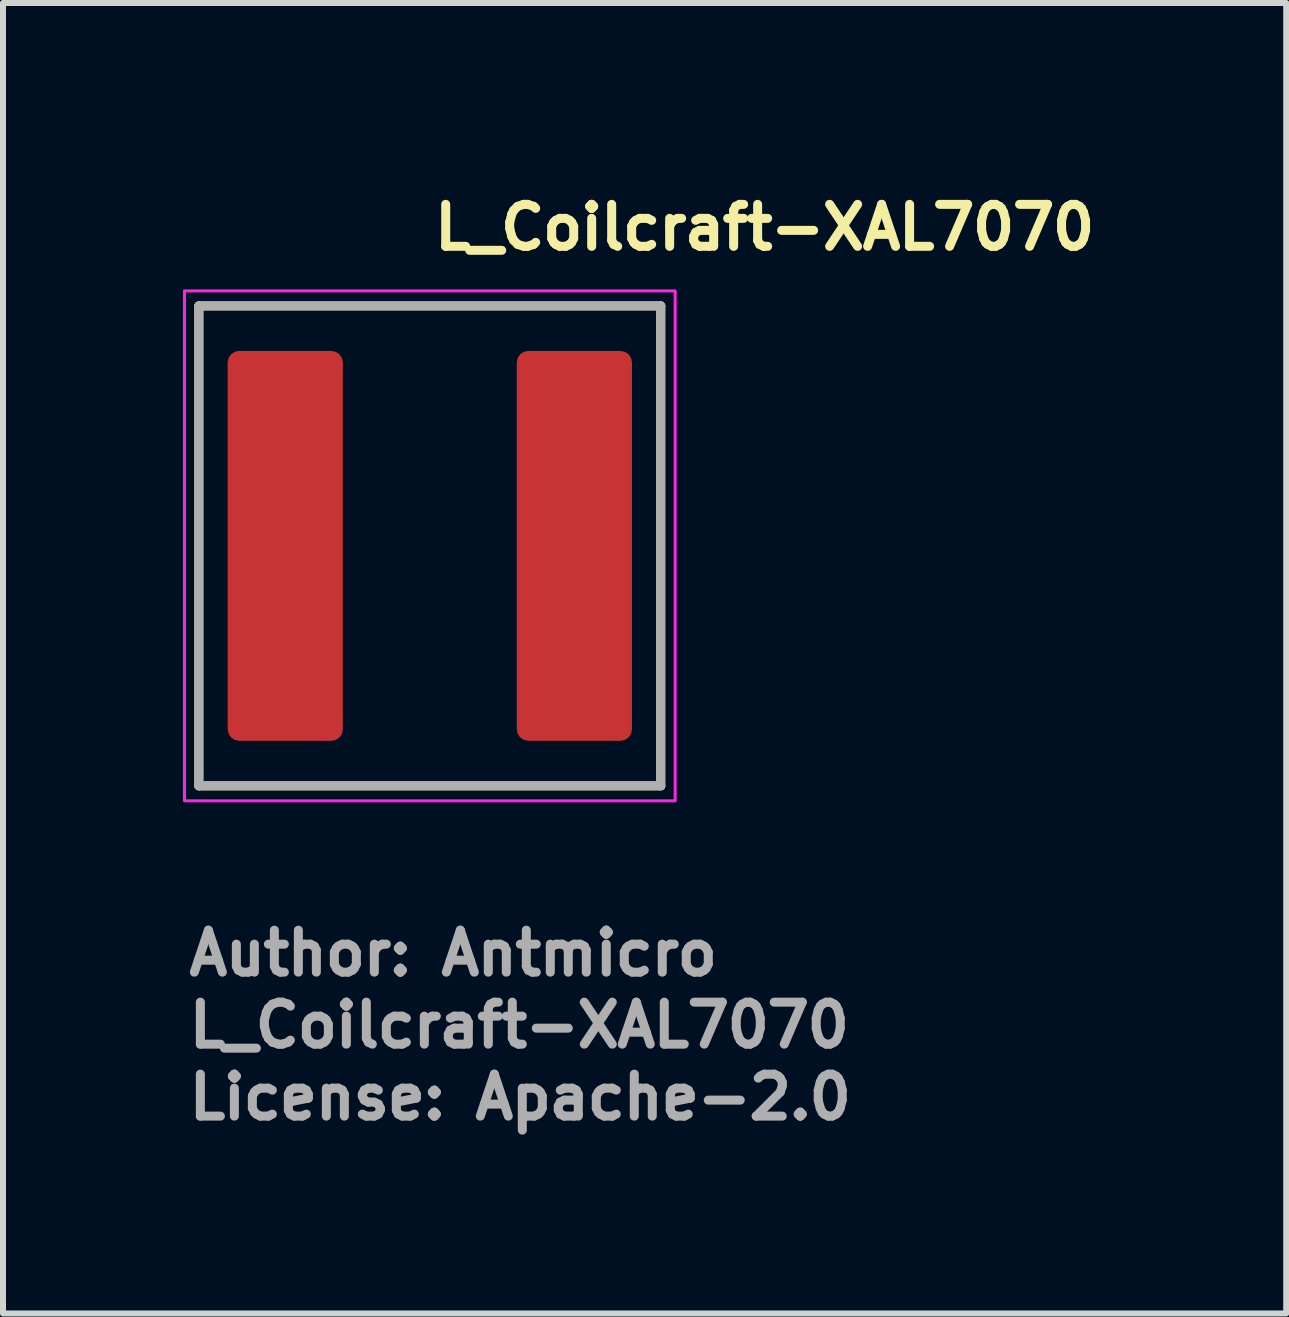
<source format=kicad_pcb>
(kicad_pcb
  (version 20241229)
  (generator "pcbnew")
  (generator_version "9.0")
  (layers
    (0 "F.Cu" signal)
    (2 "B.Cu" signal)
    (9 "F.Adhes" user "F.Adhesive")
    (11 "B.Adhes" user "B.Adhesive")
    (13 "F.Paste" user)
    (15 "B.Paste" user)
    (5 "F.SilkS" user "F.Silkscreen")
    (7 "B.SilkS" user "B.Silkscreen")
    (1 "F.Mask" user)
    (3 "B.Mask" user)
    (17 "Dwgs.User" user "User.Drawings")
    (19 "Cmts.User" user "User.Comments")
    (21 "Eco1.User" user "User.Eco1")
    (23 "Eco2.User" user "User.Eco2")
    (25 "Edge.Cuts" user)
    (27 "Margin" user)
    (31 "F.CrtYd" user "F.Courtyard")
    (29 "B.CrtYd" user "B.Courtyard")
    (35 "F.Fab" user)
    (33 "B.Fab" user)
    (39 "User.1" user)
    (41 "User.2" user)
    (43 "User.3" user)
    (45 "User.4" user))
  (footprint "L_Coilcraft-XAL7070"
    (layer "F.Cu")
    (at 4.115 6.05)
    (property "Reference" "L_Coilcraft-XAL7070" (at 0 -4.9 0) (layer "F.SilkS") (effects (font (size 0.7 0.7) (thickness 0.15)) (justify left bottom)))
    (attr smd)
    (fp_line (start -3.85 4) (end -3.85 -4) (stroke (width 0.15) (type solid)) (layer "F.SilkS"))
    (fp_line (start -3.85 4) (end 3.85 4) (stroke (width 0.15) (type solid)) (layer "F.SilkS"))
    (fp_line (start 3.85 -4) (end -3.85 -4) (stroke (width 0.15) (type solid)) (layer "F.SilkS"))
    (fp_line (start 3.85 -4) (end 3.85 4) (stroke (width 0.15) (type solid)) (layer "F.SilkS"))
    (fp_rect (start -4.09 -4.25) (end 4.09 4.25) (stroke (width 0.05) (type solid)) (fill no) (layer "F.CrtYd"))
    (fp_line (start -3.85 -4) (end 3.85 -4) (stroke (width 0.15) (type solid)) (layer "F.Fab"))
    (fp_line (start -3.85 4) (end -3.85 -4) (stroke (width 0.15) (type solid)) (layer "F.Fab"))
    (fp_line (start 3.85 -4) (end 3.85 4) (stroke (width 0.15) (type solid)) (layer "F.Fab"))
    (fp_line (start 3.85 4) (end -3.85 4) (stroke (width 0.15) (type solid)) (layer "F.Fab"))
    (fp_rect (start -3.85 -4) (end 3.85 4) (stroke (width 0.1) (type solid)) (fill no) (layer "User.5"))
    (fp_line (start -3.85 -4) (end -3.85 4) (stroke (width 0.02) (type solid)) (layer "User.9"))
    (fp_line (start -3.85 4) (end 3.85 4) (stroke (width 0.02) (type solid)) (layer "User.9"))
    (fp_line (start -3.181 -3) (end -2.931 -3) (stroke (width 0.02) (type solid)) (layer "User.9"))
    (fp_line (start -3.181 3) (end -3.181 -3) (stroke (width 0.02) (type solid)) (layer "User.9"))
    (fp_line (start -2.931 -3) (end -2.931 3) (stroke (width 0.02) (type solid)) (layer "User.9"))
    (fp_line (start -2.931 3) (end -3.181 3) (stroke (width 0.02) (type solid)) (layer "User.9"))
    (fp_line (start 3.85 -4) (end -3.85 -4) (stroke (width 0.02) (type solid)) (layer "User.9"))
    (fp_line (start 3.85 4) (end 3.85 -4) (stroke (width 0.02) (type solid)) (layer "User.9"))
    (fp_text user "License: Apache-2.0" (at -4.09 9.6 0) (layer "F.Fab") (effects (font (size 0.7 0.7) (thickness 0.15)) (justify left bottom)))
    (fp_text user "${REFERENCE}" (at -4.09 8.4 0) (layer "F.Fab") (effects (font (size 0.7 0.7) (thickness 0.15)) (justify left bottom)))
    (fp_text user "Author: Antmicro" (at -4.09 7.2 0) (layer "F.Fab") (effects (font (size 0.7 0.7) (thickness 0.15)) (justify left bottom)))
    (pad "1" smd roundrect (at -2.41 0) (size 1.92 6.5) (layers "F.Cu" "F.Mask" "F.Paste") (roundrect_rratio 0.1))
    (pad "2" smd roundrect (at 2.41 0) (size 1.92 6.5) (layers "F.Cu" "F.Mask" "F.Paste") (roundrect_rratio 0.1)))
  (gr_rect
    (start -3 -3)
    (end 18.392 18.846)
    (stroke (width 0.1) (type default))
    (fill no)
    (layer "Edge.Cuts")))
</source>
